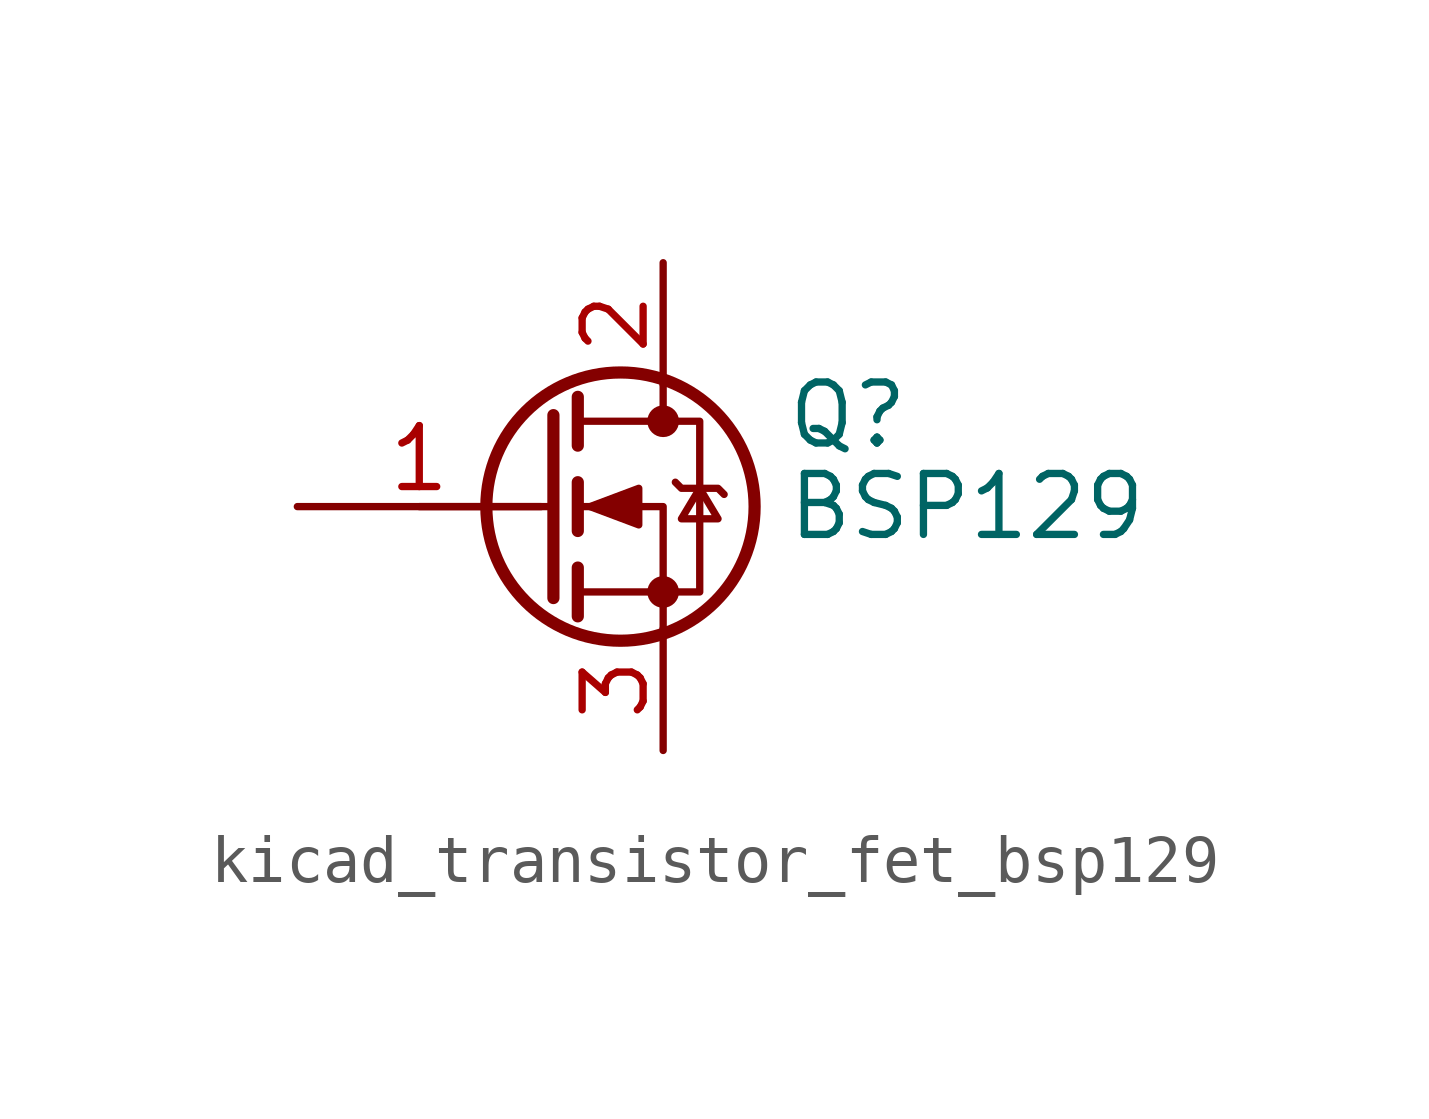
<source format=kicad_sym>
(kicad_symbol_lib
  (version 20220914)
  (generator kicad_symbol_editor)
  (symbol "kicad_transistor_fet_bsp129"
    (pin_names hide)
    (property "Reference" "Q"
      (at 5.08 1.905 0)
      (effects (font (size 1.27 1.27)) (justify left)))
    (property "Value" "BSP129"
      (at 5.08 0 0)
      (effects (font (size 1.27 1.27)) (justify left)))
    (symbol "kicad_transistor_fet_bsp129_0_1"
      (polyline (pts (xy 0.254 0) (xy -2.54 0)) (stroke (width 0) (type default)) (fill (type none)))
      (polyline (pts (xy 0.254 1.905) (xy 0.254 -1.905)) (stroke (width 0.254) (type default)) (fill (type none)))
      (polyline (pts (xy 0.762 -1.27) (xy 0.762 -2.286)) (stroke (width 0.254) (type default)) (fill (type none)))
      (polyline (pts (xy 0.762 0.508) (xy 0.762 -0.508)) (stroke (width 0.254) (type default)) (fill (type none)))
      (polyline (pts (xy 0.762 2.286) (xy 0.762 1.27)) (stroke (width 0.254) (type default)) (fill (type none)))
      (polyline (pts (xy 2.54 2.54) (xy 2.54 1.778)) (stroke (width 0) (type default)) (fill (type none)))
      (polyline (pts (xy 2.54 -2.54) (xy 2.54 0) (xy 0.762 0)) (stroke (width 0) (type default)) (fill (type none)))
      (polyline (pts (xy 0.762 -1.778) (xy 3.302 -1.778) (xy 3.302 1.778) (xy 0.762 1.778)) (stroke (width 0) (type default)) (fill (type none)))
      (polyline (pts (xy 1.016 0) (xy 2.032 0.381) (xy 2.032 -0.381) (xy 1.016 0)) (stroke (width 0) (type default)) (fill (type outline)))
      (polyline (pts (xy 2.794 0.508) (xy 2.921 0.381) (xy 3.683 0.381) (xy 3.81 0.254)) (stroke (width 0) (type default)) (fill (type none)))
      (polyline (pts (xy 3.302 0.381) (xy 2.921 -0.254) (xy 3.683 -0.254) (xy 3.302 0.381)) (stroke (width 0) (type default)) (fill (type none)))
      (circle (center 1.651 0) (radius 2.794) (stroke (width 0.254) (type default)) (fill (type none)))
      (circle (center 2.54 -1.778) (radius 0.254) (stroke (width 0) (type default)) (fill (type outline)))
      (circle (center 2.54 1.778) (radius 0.254) (stroke (width 0) (type default)) (fill (type outline))))
    (symbol "kicad_transistor_fet_bsp129_1_1"
      (pin input line (at -5.08 0 0) (length 5.08) (name "G" (effects (font (size 1.27 1.27)))) (number "1" (effects (font (size 1.27 1.27)))))
      (pin passive line (at 2.54 5.08 270) (length 2.54) (name "D" (effects (font (size 1.27 1.27)))) (number "2" (effects (font (size 1.27 1.27)))))
      (pin passive line (at 2.54 -5.08 90) (length 2.54) (name "S" (effects (font (size 1.27 1.27)))) (number "3" (effects (font (size 1.27 1.27))))))))
</source>
